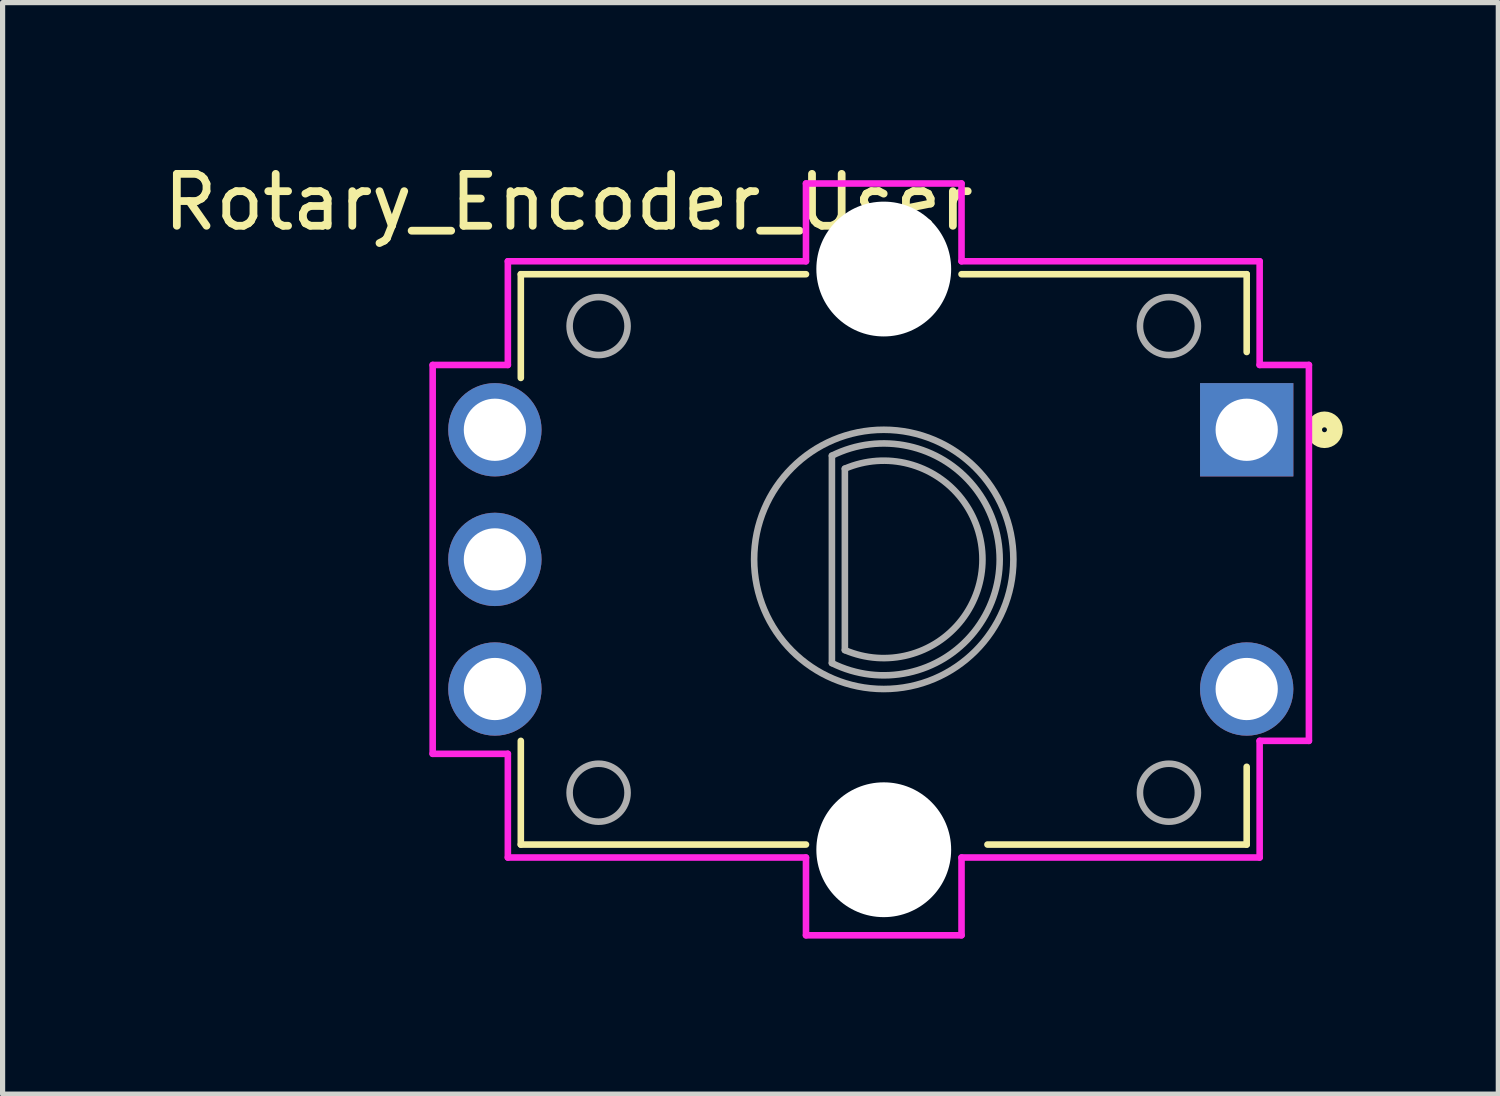
<source format=kicad_pcb>
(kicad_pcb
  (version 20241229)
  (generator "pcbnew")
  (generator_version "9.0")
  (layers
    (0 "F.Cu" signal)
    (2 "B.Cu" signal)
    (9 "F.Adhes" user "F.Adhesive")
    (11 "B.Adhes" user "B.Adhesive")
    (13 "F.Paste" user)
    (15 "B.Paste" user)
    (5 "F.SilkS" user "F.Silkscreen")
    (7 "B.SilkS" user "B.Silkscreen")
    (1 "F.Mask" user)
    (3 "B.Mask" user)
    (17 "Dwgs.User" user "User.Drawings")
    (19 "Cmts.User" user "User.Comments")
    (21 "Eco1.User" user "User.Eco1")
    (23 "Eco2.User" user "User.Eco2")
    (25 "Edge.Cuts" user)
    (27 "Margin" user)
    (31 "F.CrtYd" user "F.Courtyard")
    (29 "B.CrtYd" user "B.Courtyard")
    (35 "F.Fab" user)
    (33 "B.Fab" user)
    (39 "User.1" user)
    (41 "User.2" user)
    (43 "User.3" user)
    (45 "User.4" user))
  (footprint "Rotary_Encoder_User"
    (layer "F.Cu")
    (at 13.995 7.739)
    (property "Reference" "Rotary_Encoder_User" (at -6.079 -6.89 0) (layer "F.SilkS") (effects (font (size 1.001 1.001) (thickness 0.15))))
    (attr through_hole)
    (fp_line (start -7 -5.5) (end -7 -3.5) (stroke (width 0.127) (type solid)) (layer "F.SilkS"))
    (fp_line (start -7 5.5) (end -7 3.5) (stroke (width 0.127) (type solid)) (layer "F.SilkS"))
    (fp_line (start -1.5 -5.5) (end -7 -5.5) (stroke (width 0.127) (type solid)) (layer "F.SilkS"))
    (fp_line (start -1.5 5.5) (end -7 5.5) (stroke (width 0.127) (type solid)) (layer "F.SilkS"))
    (fp_line (start 7 -5.5) (end 1.5 -5.5) (stroke (width 0.127) (type solid)) (layer "F.SilkS"))
    (fp_line (start 7 -4) (end 7 -5.5) (stroke (width 0.127) (type solid)) (layer "F.SilkS"))
    (fp_line (start 7 4) (end 7 5.5) (stroke (width 0.127) (type solid)) (layer "F.SilkS"))
    (fp_line (start 7 5.5) (end 2 5.5) (stroke (width 0.127) (type solid)) (layer "F.SilkS"))
    (fp_circle (center 8.5 -2.5) (end 8.7 -2.5) (stroke (width 0.305) (type solid)) (fill no) (layer "F.SilkS"))
    (fp_line (start -8.7 -3.75) (end -8.7 3.75) (stroke (width 0.127) (type solid)) (layer "F.CrtYd"))
    (fp_line (start -8.7 3.75) (end -7.25 3.75) (stroke (width 0.127) (type solid)) (layer "F.CrtYd"))
    (fp_line (start -7.25 -5.75) (end -7.25 -3.75) (stroke (width 0.127) (type solid)) (layer "F.CrtYd"))
    (fp_line (start -7.25 -3.75) (end -8.7 -3.75) (stroke (width 0.127) (type solid)) (layer "F.CrtYd"))
    (fp_line (start -7.25 3.75) (end -7.25 5.75) (stroke (width 0.127) (type solid)) (layer "F.CrtYd"))
    (fp_line (start -7.25 5.75) (end -1.5 5.75) (stroke (width 0.127) (type solid)) (layer "F.CrtYd"))
    (fp_line (start -1.5 -7.25) (end -1.5 -5.75) (stroke (width 0.127) (type solid)) (layer "F.CrtYd"))
    (fp_line (start -1.5 -5.75) (end -7.25 -5.75) (stroke (width 0.127) (type solid)) (layer "F.CrtYd"))
    (fp_line (start -1.5 5.75) (end -1.5 7.25) (stroke (width 0.127) (type solid)) (layer "F.CrtYd"))
    (fp_line (start -1.5 7.25) (end 1.5 7.25) (stroke (width 0.127) (type solid)) (layer "F.CrtYd"))
    (fp_line (start 1.5 -7.25) (end -1.5 -7.25) (stroke (width 0.127) (type solid)) (layer "F.CrtYd"))
    (fp_line (start 1.5 -5.75) (end 1.5 -7.25) (stroke (width 0.127) (type solid)) (layer "F.CrtYd"))
    (fp_line (start 1.5 5.75) (end 7.25 5.75) (stroke (width 0.127) (type solid)) (layer "F.CrtYd"))
    (fp_line (start 1.5 7.25) (end 1.5 5.75) (stroke (width 0.127) (type solid)) (layer "F.CrtYd"))
    (fp_line (start 7.25 -5.75) (end 1.5 -5.75) (stroke (width 0.127) (type solid)) (layer "F.CrtYd"))
    (fp_line (start 7.25 -3.75) (end 7.25 -5.75) (stroke (width 0.127) (type solid)) (layer "F.CrtYd"))
    (fp_line (start 7.25 3.5) (end 8.2 3.5) (stroke (width 0.127) (type solid)) (layer "F.CrtYd"))
    (fp_line (start 7.25 5.75) (end 7.25 3.5) (stroke (width 0.127) (type solid)) (layer "F.CrtYd"))
    (fp_line (start 8.2 -3.75) (end 7.25 -3.75) (stroke (width 0.127) (type solid)) (layer "F.CrtYd"))
    (fp_line (start 8.2 3.5) (end 8.2 -3.75) (stroke (width 0.127) (type solid)) (layer "F.CrtYd"))
    (fp_line (start -1 -2) (end -1 2) (stroke (width 0.127) (type solid)) (layer "F.Fab"))
    (fp_line (start -0.75 -1.75) (end -0.75 1.75) (stroke (width 0.127) (type solid)) (layer "F.Fab"))
    (fp_arc (start -1 -2) (mid 2.236065 0) (end -1 2) (stroke (width 0.127) (type solid)) (layer "F.Fab"))
    (fp_arc (start -0.75 -1.75) (mid 1.903939 0) (end -0.75 1.75) (stroke (width 0.127) (type solid)) (layer "F.Fab"))
    (fp_circle (center -5.5 -4.5) (end -4.941 -4.5) (stroke (width 0.127) (type solid)) (fill no) (layer "F.Fab"))
    (fp_circle (center -5.5 4.5) (end -4.941 4.5) (stroke (width 0.127) (type solid)) (fill no) (layer "F.Fab"))
    (fp_circle (center 0 0) (end 2.5 0) (stroke (width 0.127) (type solid)) (fill no) (layer "F.Fab"))
    (fp_circle (center 5.5 -4.5) (end 6.059 -4.5) (stroke (width 0.127) (type solid)) (fill no) (layer "F.Fab"))
    (fp_circle (center 5.5 4.5) (end 6.059 4.5) (stroke (width 0.127) (type solid)) (fill no) (layer "F.Fab"))
    (pad "" np_thru_hole circle (at 0 -5.6) (size 2.6 2.6) (drill 2.6) (layers "*.Cu" "*.Mask"))
    (pad "" np_thru_hole circle (at 0 5.6) (size 2.6 2.6) (drill 2.6) (layers "*.Cu" "*.Mask"))
    (pad "1" thru_hole rect (at 7 -2.5) (size 1.8 1.8) (drill 1.2) (layers "*.Cu" "*.Mask"))
    (pad "2" thru_hole circle (at 7 2.5) (size 1.8 1.8) (drill 1.2) (layers "*.Cu" "*.Mask"))
    (pad "A" thru_hole circle (at -7.5 -2.5) (size 1.8 1.8) (drill 1.2) (layers "*.Cu" "*.Mask"))
    (pad "B" thru_hole circle (at -7.5 2.5) (size 1.8 1.8) (drill 1.2) (layers "*.Cu" "*.Mask"))
    (pad "C" thru_hole circle (at -7.5 0) (size 1.8 1.8) (drill 1.2) (layers "*.Cu" "*.Mask")))
  (gr_rect
    (start -3 -3)
    (end 25.848 18.052)
    (stroke (width 0.1) (type default))
    (fill no)
    (layer "Edge.Cuts")))
</source>
